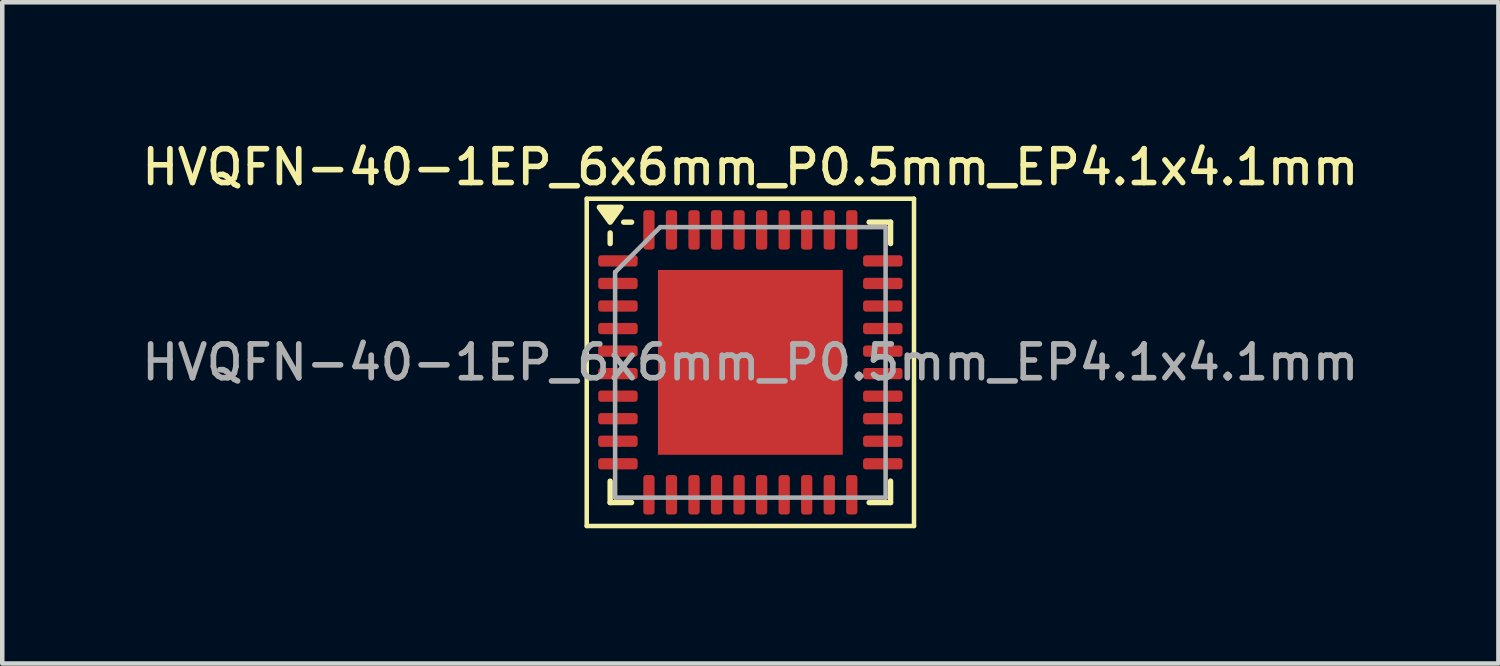
<source format=kicad_pcb>
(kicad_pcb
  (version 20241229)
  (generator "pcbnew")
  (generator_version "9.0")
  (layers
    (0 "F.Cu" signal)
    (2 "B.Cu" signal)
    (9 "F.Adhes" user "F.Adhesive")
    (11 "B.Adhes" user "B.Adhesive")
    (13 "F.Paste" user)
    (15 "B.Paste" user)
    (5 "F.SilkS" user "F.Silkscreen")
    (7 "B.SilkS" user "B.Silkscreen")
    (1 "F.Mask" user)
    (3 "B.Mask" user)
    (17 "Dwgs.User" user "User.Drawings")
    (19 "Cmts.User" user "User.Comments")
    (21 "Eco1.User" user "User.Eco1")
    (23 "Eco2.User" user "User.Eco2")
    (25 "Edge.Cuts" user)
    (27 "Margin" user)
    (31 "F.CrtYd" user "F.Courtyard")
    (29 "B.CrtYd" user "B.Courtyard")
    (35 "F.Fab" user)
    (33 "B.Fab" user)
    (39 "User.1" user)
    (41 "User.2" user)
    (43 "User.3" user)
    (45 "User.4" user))
  (footprint "HVQFN-40-1EP_6x6mm_P0.5mm_EP4.1x4.1mm"
    (layer "F.Cu")
    (at 13.595 4.988)
    (property "Reference" "HVQFN-40-1EP_6x6mm_P0.5mm_EP4.1x4.1mm" (at 0 -4.33 0) (layer "F.SilkS") (effects (font (size 0.75 0.75) (thickness 0.125))))
    (attr smd)
    (fp_line (start -3.63 -3.63) (end -3.63 3.63) (stroke (width 0.1) (type solid)) (layer "F.SilkS"))
    (fp_line (start -3.63 3.63) (end 3.63 3.63) (stroke (width 0.1) (type solid)) (layer "F.SilkS"))
    (fp_line (start -3.11 -2.635) (end -3.11 -2.87) (stroke (width 0.12) (type solid)) (layer "F.SilkS"))
    (fp_line (start -3.11 3.11) (end -3.11 2.635) (stroke (width 0.12) (type solid)) (layer "F.SilkS"))
    (fp_line (start -2.635 -3.11) (end -2.81 -3.11) (stroke (width 0.12) (type solid)) (layer "F.SilkS"))
    (fp_line (start -2.635 3.11) (end -3.11 3.11) (stroke (width 0.12) (type solid)) (layer "F.SilkS"))
    (fp_line (start 2.635 -3.11) (end 3.11 -3.11) (stroke (width 0.12) (type solid)) (layer "F.SilkS"))
    (fp_line (start 2.635 3.11) (end 3.11 3.11) (stroke (width 0.12) (type solid)) (layer "F.SilkS"))
    (fp_line (start 3.11 -3.11) (end 3.11 -2.635) (stroke (width 0.12) (type solid)) (layer "F.SilkS"))
    (fp_line (start 3.11 3.11) (end 3.11 2.635) (stroke (width 0.12) (type solid)) (layer "F.SilkS"))
    (fp_line (start 3.63 -3.63) (end -3.63 -3.63) (stroke (width 0.1) (type solid)) (layer "F.SilkS"))
    (fp_line (start 3.63 3.63) (end 3.63 -3.63) (stroke (width 0.1) (type solid)) (layer "F.SilkS"))
    (fp_poly (pts (xy -3.11 -3.11) (xy -3.35 -3.44) (xy -2.87 -3.44) (xy -3.11 -3.11)) (stroke (width 0.12) (type solid)) (fill yes) (layer "F.SilkS"))
    (fp_line (start -3 -2) (end -2 -3) (stroke (width 0.1) (type solid)) (layer "F.Fab"))
    (fp_line (start -3 3) (end -3 -2) (stroke (width 0.1) (type solid)) (layer "F.Fab"))
    (fp_line (start -2 -3) (end 3 -3) (stroke (width 0.1) (type solid)) (layer "F.Fab"))
    (fp_line (start 3 -3) (end 3 3) (stroke (width 0.1) (type solid)) (layer "F.Fab"))
    (fp_line (start 3 3) (end -3 3) (stroke (width 0.1) (type solid)) (layer "F.Fab"))
    (fp_text user "${REFERENCE}" (at 0 0 0) (layer "F.Fab") (effects (font (size 0.75 0.75) (thickness 0.125))))
    (pad "" smd roundrect (at -1.37 -1.37) (size 1.1 1.1) (layers "F.Paste") (roundrect_rratio 0.227))
    (pad "" smd roundrect (at -1.37 0) (size 1.1 1.1) (layers "F.Paste") (roundrect_rratio 0.227))
    (pad "" smd roundrect (at -1.37 1.37) (size 1.1 1.1) (layers "F.Paste") (roundrect_rratio 0.227))
    (pad "" smd roundrect (at 0 -1.37) (size 1.1 1.1) (layers "F.Paste") (roundrect_rratio 0.227))
    (pad "" smd roundrect (at 0 0) (size 1.1 1.1) (layers "F.Paste") (roundrect_rratio 0.227))
    (pad "" smd roundrect (at 0 1.37) (size 1.1 1.1) (layers "F.Paste") (roundrect_rratio 0.227))
    (pad "" smd roundrect (at 1.37 -1.37) (size 1.1 1.1) (layers "F.Paste") (roundrect_rratio 0.227))
    (pad "" smd roundrect (at 1.37 0) (size 1.1 1.1) (layers "F.Paste") (roundrect_rratio 0.227))
    (pad "" smd roundrect (at 1.37 1.37) (size 1.1 1.1) (layers "F.Paste") (roundrect_rratio 0.227))
    (pad "1" smd roundrect (at -2.938 -2.25) (size 0.875 0.25) (layers "F.Cu" "F.Mask" "F.Paste") (roundrect_rratio 0.25))
    (pad "2" smd roundrect (at -2.938 -1.75) (size 0.875 0.25) (layers "F.Cu" "F.Mask" "F.Paste") (roundrect_rratio 0.25))
    (pad "3" smd roundrect (at -2.938 -1.25) (size 0.875 0.25) (layers "F.Cu" "F.Mask" "F.Paste") (roundrect_rratio 0.25))
    (pad "4" smd roundrect (at -2.938 -0.75) (size 0.875 0.25) (layers "F.Cu" "F.Mask" "F.Paste") (roundrect_rratio 0.25))
    (pad "5" smd roundrect (at -2.938 -0.25) (size 0.875 0.25) (layers "F.Cu" "F.Mask" "F.Paste") (roundrect_rratio 0.25))
    (pad "6" smd roundrect (at -2.938 0.25) (size 0.875 0.25) (layers "F.Cu" "F.Mask" "F.Paste") (roundrect_rratio 0.25))
    (pad "7" smd roundrect (at -2.938 0.75) (size 0.875 0.25) (layers "F.Cu" "F.Mask" "F.Paste") (roundrect_rratio 0.25))
    (pad "8" smd roundrect (at -2.938 1.25) (size 0.875 0.25) (layers "F.Cu" "F.Mask" "F.Paste") (roundrect_rratio 0.25))
    (pad "9" smd roundrect (at -2.938 1.75) (size 0.875 0.25) (layers "F.Cu" "F.Mask" "F.Paste") (roundrect_rratio 0.25))
    (pad "10" smd roundrect (at -2.938 2.25) (size 0.875 0.25) (layers "F.Cu" "F.Mask" "F.Paste") (roundrect_rratio 0.25))
    (pad "11" smd roundrect (at -2.25 2.938) (size 0.25 0.875) (layers "F.Cu" "F.Mask" "F.Paste") (roundrect_rratio 0.25))
    (pad "12" smd roundrect (at -1.75 2.938) (size 0.25 0.875) (layers "F.Cu" "F.Mask" "F.Paste") (roundrect_rratio 0.25))
    (pad "13" smd roundrect (at -1.25 2.938) (size 0.25 0.875) (layers "F.Cu" "F.Mask" "F.Paste") (roundrect_rratio 0.25))
    (pad "14" smd roundrect (at -0.75 2.938) (size 0.25 0.875) (layers "F.Cu" "F.Mask" "F.Paste") (roundrect_rratio 0.25))
    (pad "15" smd roundrect (at -0.25 2.938) (size 0.25 0.875) (layers "F.Cu" "F.Mask" "F.Paste") (roundrect_rratio 0.25))
    (pad "16" smd roundrect (at 0.25 2.938) (size 0.25 0.875) (layers "F.Cu" "F.Mask" "F.Paste") (roundrect_rratio 0.25))
    (pad "17" smd roundrect (at 0.75 2.938) (size 0.25 0.875) (layers "F.Cu" "F.Mask" "F.Paste") (roundrect_rratio 0.25))
    (pad "18" smd roundrect (at 1.25 2.938) (size 0.25 0.875) (layers "F.Cu" "F.Mask" "F.Paste") (roundrect_rratio 0.25))
    (pad "19" smd roundrect (at 1.75 2.938) (size 0.25 0.875) (layers "F.Cu" "F.Mask" "F.Paste") (roundrect_rratio 0.25))
    (pad "20" smd roundrect (at 2.25 2.938) (size 0.25 0.875) (layers "F.Cu" "F.Mask" "F.Paste") (roundrect_rratio 0.25))
    (pad "21" smd roundrect (at 2.938 2.25) (size 0.875 0.25) (layers "F.Cu" "F.Mask" "F.Paste") (roundrect_rratio 0.25))
    (pad "22" smd roundrect (at 2.938 1.75) (size 0.875 0.25) (layers "F.Cu" "F.Mask" "F.Paste") (roundrect_rratio 0.25))
    (pad "23" smd roundrect (at 2.938 1.25) (size 0.875 0.25) (layers "F.Cu" "F.Mask" "F.Paste") (roundrect_rratio 0.25))
    (pad "24" smd roundrect (at 2.938 0.75) (size 0.875 0.25) (layers "F.Cu" "F.Mask" "F.Paste") (roundrect_rratio 0.25))
    (pad "25" smd roundrect (at 2.938 0.25) (size 0.875 0.25) (layers "F.Cu" "F.Mask" "F.Paste") (roundrect_rratio 0.25))
    (pad "26" smd roundrect (at 2.938 -0.25) (size 0.875 0.25) (layers "F.Cu" "F.Mask" "F.Paste") (roundrect_rratio 0.25))
    (pad "27" smd roundrect (at 2.938 -0.75) (size 0.875 0.25) (layers "F.Cu" "F.Mask" "F.Paste") (roundrect_rratio 0.25))
    (pad "28" smd roundrect (at 2.938 -1.25) (size 0.875 0.25) (layers "F.Cu" "F.Mask" "F.Paste") (roundrect_rratio 0.25))
    (pad "29" smd roundrect (at 2.938 -1.75) (size 0.875 0.25) (layers "F.Cu" "F.Mask" "F.Paste") (roundrect_rratio 0.25))
    (pad "30" smd roundrect (at 2.938 -2.25) (size 0.875 0.25) (layers "F.Cu" "F.Mask" "F.Paste") (roundrect_rratio 0.25))
    (pad "31" smd roundrect (at 2.25 -2.938) (size 0.25 0.875) (layers "F.Cu" "F.Mask" "F.Paste") (roundrect_rratio 0.25))
    (pad "32" smd roundrect (at 1.75 -2.938) (size 0.25 0.875) (layers "F.Cu" "F.Mask" "F.Paste") (roundrect_rratio 0.25))
    (pad "33" smd roundrect (at 1.25 -2.938) (size 0.25 0.875) (layers "F.Cu" "F.Mask" "F.Paste") (roundrect_rratio 0.25))
    (pad "34" smd roundrect (at 0.75 -2.938) (size 0.25 0.875) (layers "F.Cu" "F.Mask" "F.Paste") (roundrect_rratio 0.25))
    (pad "35" smd roundrect (at 0.25 -2.938) (size 0.25 0.875) (layers "F.Cu" "F.Mask" "F.Paste") (roundrect_rratio 0.25))
    (pad "36" smd roundrect (at -0.25 -2.938) (size 0.25 0.875) (layers "F.Cu" "F.Mask" "F.Paste") (roundrect_rratio 0.25))
    (pad "37" smd roundrect (at -0.75 -2.938) (size 0.25 0.875) (layers "F.Cu" "F.Mask" "F.Paste") (roundrect_rratio 0.25))
    (pad "38" smd roundrect (at -1.25 -2.938) (size 0.25 0.875) (layers "F.Cu" "F.Mask" "F.Paste") (roundrect_rratio 0.25))
    (pad "39" smd roundrect (at -1.75 -2.938) (size 0.25 0.875) (layers "F.Cu" "F.Mask" "F.Paste") (roundrect_rratio 0.25))
    (pad "40" smd roundrect (at -2.25 -2.938) (size 0.25 0.875) (layers "F.Cu" "F.Mask" "F.Paste") (roundrect_rratio 0.25))
    (pad "41" smd rect (at 0 0) (size 4.1 4.1) (property pad_prop_heatsink) (layers "F.Cu" "F.Mask")))
  (gr_rect
    (start -3 -3)
    (end 30.189 11.668)
    (stroke (width 0.1) (type default))
    (fill no)
    (layer "Edge.Cuts")))
</source>
